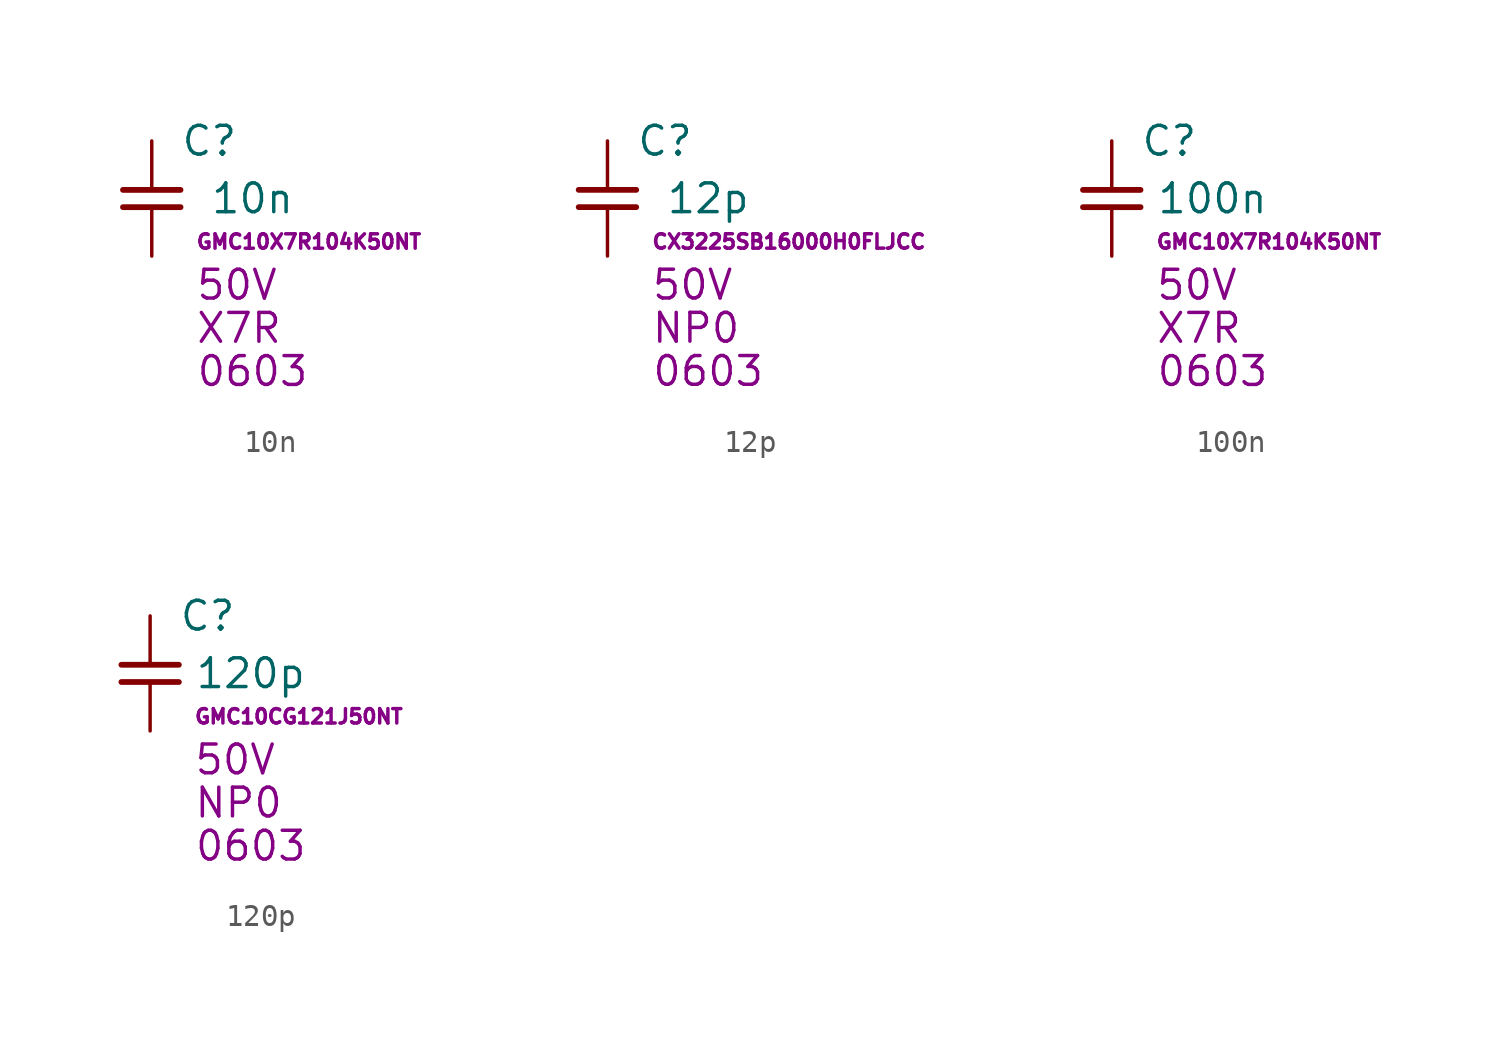
<source format=kicad_sym>
(kicad_symbol_lib
  (version 20210619)
  (generator kicad_symbol_editor)
  (symbol "ulib_Capacitor_SMD_50V:10n"
    (pin_numbers hide)
    (pin_names hide)
    (property "Reference" "C"
      (at 2.54 2.54 0)
      (effects (font (size 1.27 1.27))))
    (property "Value" "10n"
      (at 4.445 0 0)
      (effects (font (size 1.27 1.27))))
    (property "Mfr PN" "GMC10X7R104K50NT"
      (at 1.905 -1.905 0)
      (effects (font (size 0.635 0.635)) (justify left)))
    (property "Voltage" "50V"
      (at 1.905 -3.81 0)
      (effects (font (size 1.27 1.27)) (justify left)))
    (property "Dielectric" "X7R"
      (at 1.905 -5.715 0)
      (effects (font (size 1.27 1.27)) (justify left)))
    (property "Package" "0603"
      (at 4.445 -7.62 0)
      (effects (font (size 1.27 1.27))))
    (symbol "10n_0_1"
      (polyline (pts (xy -1.27 -0.381) (xy 1.27 -0.381)) (stroke (width 0.254)) (fill (type none)))
      (polyline (pts (xy -1.27 0.381) (xy 1.27 0.381)) (stroke (width 0.254)) (fill (type none))))
    (symbol "10n_1_1"
      (pin passive line (at 0 2.54 270) (length 2.1) (name "+" (effects (font (size 1.27 1.27)))) (number "1" (effects (font (size 1.27 1.27)))))
      (pin passive line (at 0 -2.54 90) (length 2.1) (name "-" (effects (font (size 1.27 1.27)))) (number "2" (effects (font (size 1.27 1.27)))))))
  (symbol "ulib_Capacitor_SMD_50V:12p"
    (pin_numbers hide)
    (pin_names hide)
    (property "Reference" "C"
      (at 2.54 2.54 0)
      (effects (font (size 1.27 1.27))))
    (property "Value" "12p"
      (at 4.445 0 0)
      (effects (font (size 1.27 1.27))))
    (property "Mfr PN" "CX3225SB16000H0FLJCC"
      (at 1.905 -1.905 0)
      (effects (font (size 0.635 0.635)) (justify left)))
    (property "Voltage" "50V"
      (at 1.905 -3.81 0)
      (effects (font (size 1.27 1.27)) (justify left)))
    (property "Dielectric" "NP0"
      (at 1.905 -5.715 0)
      (effects (font (size 1.27 1.27)) (justify left)))
    (property "Package" "0603"
      (at 4.445 -7.62 0)
      (effects (font (size 1.27 1.27))))
    (symbol "12p_0_1"
      (polyline (pts (xy -1.27 -0.381) (xy 1.27 -0.381)) (stroke (width 0.254)) (fill (type none)))
      (polyline (pts (xy -1.27 0.381) (xy 1.27 0.381)) (stroke (width 0.254)) (fill (type none))))
    (symbol "12p_1_1"
      (pin passive line (at 0 2.54 270) (length 2.1) (name "+" (effects (font (size 1.27 1.27)))) (number "1" (effects (font (size 1.27 1.27)))))
      (pin passive line (at 0 -2.54 90) (length 2.1) (name "-" (effects (font (size 1.27 1.27)))) (number "2" (effects (font (size 1.27 1.27)))))))
  (symbol "ulib_Capacitor_SMD_50V:100n"
    (pin_numbers hide)
    (pin_names hide)
    (property "Reference" "C"
      (at 2.54 2.54 0)
      (effects (font (size 1.27 1.27))))
    (property "Value" "100n"
      (at 4.445 0 0)
      (effects (font (size 1.27 1.27))))
    (property "Mfr PN" "GMC10X7R104K50NT"
      (at 1.905 -1.905 0)
      (effects (font (size 0.635 0.635)) (justify left)))
    (property "Voltage" "50V"
      (at 1.905 -3.81 0)
      (effects (font (size 1.27 1.27)) (justify left)))
    (property "Dielectric" "X7R"
      (at 1.905 -5.715 0)
      (effects (font (size 1.27 1.27)) (justify left)))
    (property "Package" "0603"
      (at 4.445 -7.62 0)
      (effects (font (size 1.27 1.27))))
    (symbol "100n_0_1"
      (polyline (pts (xy -1.27 -0.381) (xy 1.27 -0.381)) (stroke (width 0.254)) (fill (type none)))
      (polyline (pts (xy -1.27 0.381) (xy 1.27 0.381)) (stroke (width 0.254)) (fill (type none))))
    (symbol "100n_1_1"
      (pin passive line (at 0 2.54 270) (length 2.1) (name "+" (effects (font (size 1.27 1.27)))) (number "1" (effects (font (size 1.27 1.27)))))
      (pin passive line (at 0 -2.54 90) (length 2.1) (name "-" (effects (font (size 1.27 1.27)))) (number "2" (effects (font (size 1.27 1.27)))))))
  (symbol "ulib_Capacitor_SMD_50V:120p"
    (pin_numbers hide)
    (pin_names hide)
    (property "Reference" "C"
      (at 2.54 2.54 0)
      (effects (font (size 1.27 1.27))))
    (property "Value" "120p"
      (at 4.445 0 0)
      (effects (font (size 1.27 1.27))))
    (property "Mfr PN" "GMC10CG121J50NT"
      (at 1.905 -1.905 0)
      (effects (font (size 0.635 0.635)) (justify left)))
    (property "Voltage" "50V"
      (at 1.905 -3.81 0)
      (effects (font (size 1.27 1.27)) (justify left)))
    (property "Dielectric" "NP0"
      (at 1.905 -5.715 0)
      (effects (font (size 1.27 1.27)) (justify left)))
    (property "Package" "0603"
      (at 4.445 -7.62 0)
      (effects (font (size 1.27 1.27))))
    (symbol "120p_0_1"
      (polyline (pts (xy -1.27 -0.381) (xy 1.27 -0.381)) (stroke (width 0.254)) (fill (type none)))
      (polyline (pts (xy -1.27 0.381) (xy 1.27 0.381)) (stroke (width 0.254)) (fill (type none))))
    (symbol "120p_1_1"
      (pin passive line (at 0 2.54 270) (length 2.1) (name "+" (effects (font (size 1.27 1.27)))) (number "1" (effects (font (size 1.27 1.27)))))
      (pin passive line (at 0 -2.54 90) (length 2.1) (name "-" (effects (font (size 1.27 1.27)))) (number "2" (effects (font (size 1.27 1.27))))))))
</source>
